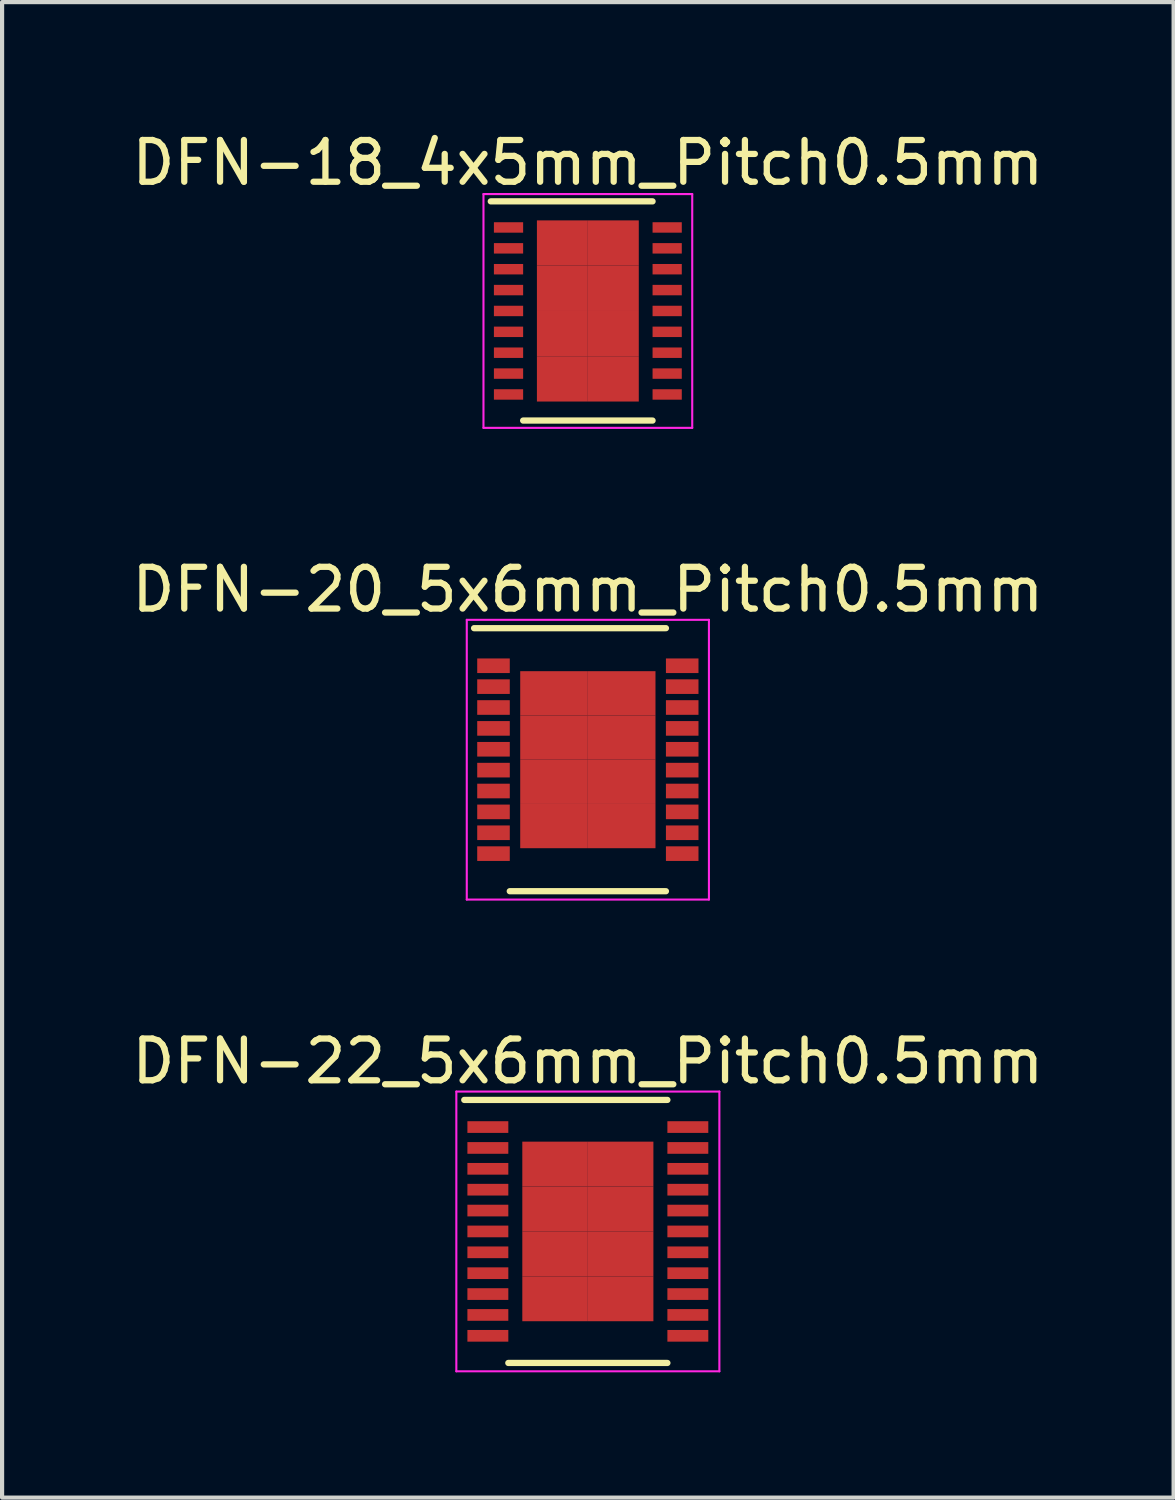
<source format=kicad_pcb>
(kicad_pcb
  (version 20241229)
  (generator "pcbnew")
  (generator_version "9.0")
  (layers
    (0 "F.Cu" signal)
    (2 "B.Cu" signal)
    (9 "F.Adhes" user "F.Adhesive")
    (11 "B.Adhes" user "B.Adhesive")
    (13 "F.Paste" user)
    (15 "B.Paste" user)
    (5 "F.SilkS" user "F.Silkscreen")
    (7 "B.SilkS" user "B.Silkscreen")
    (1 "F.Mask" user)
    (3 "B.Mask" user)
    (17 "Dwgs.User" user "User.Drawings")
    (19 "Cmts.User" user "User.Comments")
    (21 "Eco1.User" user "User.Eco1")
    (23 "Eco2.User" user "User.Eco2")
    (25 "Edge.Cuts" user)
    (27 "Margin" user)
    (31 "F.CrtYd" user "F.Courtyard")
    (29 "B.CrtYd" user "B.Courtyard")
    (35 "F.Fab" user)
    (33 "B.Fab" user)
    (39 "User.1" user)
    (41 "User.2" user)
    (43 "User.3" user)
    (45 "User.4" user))
  (footprint "DFN-20_5x6mm_Pitch0.5mm"
    (layer "F.Cu")
    (at 11.03 15.146)
    (property "Reference" "DFN-20_5x6mm_Pitch0.5mm" (at 0 -4.075 0) (layer "F.SilkS") (effects (font (size 1 1) (thickness 0.15))))
    (attr smd)
    (fp_line (start -2.725 -3.15) (end 1.87 -3.15) (stroke (width 0.15) (type solid)) (layer "F.SilkS"))
    (fp_line (start -1.87 3.15) (end 1.87 3.15) (stroke (width 0.15) (type solid)) (layer "F.SilkS"))
    (fp_line (start -2.9 -3.35) (end -2.9 3.35) (stroke (width 0.05) (type solid)) (layer "F.CrtYd"))
    (fp_line (start -2.9 -3.35) (end 2.9 -3.35) (stroke (width 0.05) (type solid)) (layer "F.CrtYd"))
    (fp_line (start -2.9 3.35) (end 2.9 3.35) (stroke (width 0.05) (type solid)) (layer "F.CrtYd"))
    (fp_line (start 2.9 -3.35) (end 2.9 3.35) (stroke (width 0.05) (type solid)) (layer "F.CrtYd"))
    (pad "1" smd rect (at -2.26 -2.25) (size 0.78 0.35) (layers "F.Cu" "F.Mask" "F.Paste"))
    (pad "2" smd rect (at -2.26 -1.75) (size 0.78 0.35) (layers "F.Cu" "F.Mask" "F.Paste"))
    (pad "3" smd rect (at -2.26 -1.25) (size 0.78 0.35) (layers "F.Cu" "F.Mask" "F.Paste"))
    (pad "4" smd rect (at -2.26 -0.75) (size 0.78 0.35) (layers "F.Cu" "F.Mask" "F.Paste"))
    (pad "5" smd rect (at -2.26 -0.25) (size 0.78 0.35) (layers "F.Cu" "F.Mask" "F.Paste"))
    (pad "6" smd rect (at -2.26 0.25) (size 0.78 0.35) (layers "F.Cu" "F.Mask" "F.Paste"))
    (pad "7" smd rect (at -2.26 0.75) (size 0.78 0.35) (layers "F.Cu" "F.Mask" "F.Paste"))
    (pad "8" smd rect (at -2.26 1.25) (size 0.78 0.35) (layers "F.Cu" "F.Mask" "F.Paste"))
    (pad "9" smd rect (at -2.26 1.75) (size 0.78 0.35) (layers "F.Cu" "F.Mask" "F.Paste"))
    (pad "10" smd rect (at -2.26 2.25) (size 0.78 0.35) (layers "F.Cu" "F.Mask" "F.Paste"))
    (pad "11" smd rect (at 2.26 2.25) (size 0.78 0.35) (layers "F.Cu" "F.Mask" "F.Paste"))
    (pad "12" smd rect (at 2.26 1.75) (size 0.78 0.35) (layers "F.Cu" "F.Mask" "F.Paste"))
    (pad "13" smd rect (at 2.26 1.25) (size 0.78 0.35) (layers "F.Cu" "F.Mask" "F.Paste"))
    (pad "14" smd rect (at 2.26 0.75) (size 0.78 0.35) (layers "F.Cu" "F.Mask" "F.Paste"))
    (pad "15" smd rect (at 2.26 0.25) (size 0.78 0.35) (layers "F.Cu" "F.Mask" "F.Paste"))
    (pad "16" smd rect (at 2.26 -0.25) (size 0.78 0.35) (layers "F.Cu" "F.Mask" "F.Paste"))
    (pad "17" smd rect (at 2.26 -0.75) (size 0.78 0.35) (layers "F.Cu" "F.Mask" "F.Paste"))
    (pad "18" smd rect (at 2.26 -1.25) (size 0.78 0.35) (layers "F.Cu" "F.Mask" "F.Paste"))
    (pad "19" smd rect (at 2.26 -1.75) (size 0.78 0.35) (layers "F.Cu" "F.Mask" "F.Paste"))
    (pad "20" smd rect (at 2.26 -2.25) (size 0.78 0.35) (layers "F.Cu" "F.Mask" "F.Paste"))
    (pad "21" smd rect (at -0.81 -1.59) (size 1.62 1.06) (layers "F.Cu" "F.Mask" "F.Paste"))
    (pad "21" smd rect (at -0.81 -0.53) (size 1.62 1.06) (layers "F.Cu" "F.Mask" "F.Paste"))
    (pad "21" smd rect (at -0.81 0.53) (size 1.62 1.06) (layers "F.Cu" "F.Mask" "F.Paste"))
    (pad "21" smd rect (at -0.81 1.59) (size 1.62 1.06) (layers "F.Cu" "F.Mask" "F.Paste"))
    (pad "21" smd rect (at 0.81 -1.59) (size 1.62 1.06) (layers "F.Cu" "F.Mask" "F.Paste"))
    (pad "21" smd rect (at 0.81 -0.53) (size 1.62 1.06) (layers "F.Cu" "F.Mask" "F.Paste"))
    (pad "21" smd rect (at 0.81 0.53) (size 1.62 1.06) (layers "F.Cu" "F.Mask" "F.Paste"))
    (pad "21" smd rect (at 0.81 1.59) (size 1.62 1.06) (layers "F.Cu" "F.Mask" "F.Paste")))
  (footprint "DFN-18_4x5mm_Pitch0.5mm"
    (layer "F.Cu")
    (at 11.03 4.398)
    (property "Reference" "DFN-18_4x5mm_Pitch0.5mm" (at 0 -3.55 0) (layer "F.SilkS") (effects (font (size 1 1) (thickness 0.15))))
    (attr smd)
    (fp_line (start -2.325 -2.625) (end 1.55 -2.625) (stroke (width 0.15) (type solid)) (layer "F.SilkS"))
    (fp_line (start -1.55 2.625) (end 1.55 2.625) (stroke (width 0.15) (type solid)) (layer "F.SilkS"))
    (fp_line (start -2.5 -2.8) (end -2.5 2.8) (stroke (width 0.05) (type solid)) (layer "F.CrtYd"))
    (fp_line (start -2.5 -2.8) (end 2.5 -2.8) (stroke (width 0.05) (type solid)) (layer "F.CrtYd"))
    (fp_line (start -2.5 2.8) (end 2.5 2.8) (stroke (width 0.05) (type solid)) (layer "F.CrtYd"))
    (fp_line (start 2.5 -2.8) (end 2.5 2.8) (stroke (width 0.05) (type solid)) (layer "F.CrtYd"))
    (pad "1" smd rect (at -1.9 -2) (size 0.7 0.25) (layers "F.Cu" "F.Mask" "F.Paste"))
    (pad "2" smd rect (at -1.9 -1.5) (size 0.7 0.25) (layers "F.Cu" "F.Mask" "F.Paste"))
    (pad "3" smd rect (at -1.9 -1) (size 0.7 0.25) (layers "F.Cu" "F.Mask" "F.Paste"))
    (pad "4" smd rect (at -1.9 -0.5) (size 0.7 0.25) (layers "F.Cu" "F.Mask" "F.Paste"))
    (pad "5" smd rect (at -1.9 0) (size 0.7 0.25) (layers "F.Cu" "F.Mask" "F.Paste"))
    (pad "6" smd rect (at -1.9 0.5) (size 0.7 0.25) (layers "F.Cu" "F.Mask" "F.Paste"))
    (pad "7" smd rect (at -1.9 1) (size 0.7 0.25) (layers "F.Cu" "F.Mask" "F.Paste"))
    (pad "8" smd rect (at -1.9 1.5) (size 0.7 0.25) (layers "F.Cu" "F.Mask" "F.Paste"))
    (pad "9" smd rect (at -1.9 2) (size 0.7 0.25) (layers "F.Cu" "F.Mask" "F.Paste"))
    (pad "10" smd rect (at 1.9 2) (size 0.7 0.25) (layers "F.Cu" "F.Mask" "F.Paste"))
    (pad "11" smd rect (at 1.9 1.5) (size 0.7 0.25) (layers "F.Cu" "F.Mask" "F.Paste"))
    (pad "12" smd rect (at 1.9 1) (size 0.7 0.25) (layers "F.Cu" "F.Mask" "F.Paste"))
    (pad "13" smd rect (at 1.9 0.5) (size 0.7 0.25) (layers "F.Cu" "F.Mask" "F.Paste"))
    (pad "14" smd rect (at 1.9 0) (size 0.7 0.25) (layers "F.Cu" "F.Mask" "F.Paste"))
    (pad "15" smd rect (at 1.9 -0.5) (size 0.7 0.25) (layers "F.Cu" "F.Mask" "F.Paste"))
    (pad "16" smd rect (at 1.9 -1) (size 0.7 0.25) (layers "F.Cu" "F.Mask" "F.Paste"))
    (pad "17" smd rect (at 1.9 -1.5) (size 0.7 0.25) (layers "F.Cu" "F.Mask" "F.Paste"))
    (pad "18" smd rect (at 1.9 -2) (size 0.7 0.25) (layers "F.Cu" "F.Mask" "F.Paste"))
    (pad "19" smd rect (at -0.61 -1.627) (size 1.22 1.085) (layers "F.Cu" "F.Mask" "F.Paste"))
    (pad "19" smd rect (at -0.61 -0.542) (size 1.22 1.085) (layers "F.Cu" "F.Mask" "F.Paste"))
    (pad "19" smd rect (at -0.61 0.542) (size 1.22 1.085) (layers "F.Cu" "F.Mask" "F.Paste"))
    (pad "19" smd rect (at -0.61 1.627) (size 1.22 1.085) (layers "F.Cu" "F.Mask" "F.Paste"))
    (pad "19" smd rect (at 0.61 -1.627) (size 1.22 1.085) (layers "F.Cu" "F.Mask" "F.Paste"))
    (pad "19" smd rect (at 0.61 -0.542) (size 1.22 1.085) (layers "F.Cu" "F.Mask" "F.Paste"))
    (pad "19" smd rect (at 0.61 0.542) (size 1.22 1.085) (layers "F.Cu" "F.Mask" "F.Paste"))
    (pad "19" smd rect (at 0.61 1.627) (size 1.22 1.085) (layers "F.Cu" "F.Mask" "F.Paste")))
  (footprint "DFN-22_5x6mm_Pitch0.5mm"
    (layer "F.Cu")
    (at 11.03 26.445)
    (property "Reference" "DFN-22_5x6mm_Pitch0.5mm" (at 0 -4.075 0) (layer "F.SilkS") (effects (font (size 1 1) (thickness 0.15))))
    (attr smd)
    (fp_line (start -2.96 -3.15) (end 1.905 -3.15) (stroke (width 0.15) (type solid)) (layer "F.SilkS"))
    (fp_line (start -1.905 3.15) (end 1.905 3.15) (stroke (width 0.15) (type solid)) (layer "F.SilkS"))
    (fp_line (start -3.15 -3.35) (end -3.15 3.35) (stroke (width 0.05) (type solid)) (layer "F.CrtYd"))
    (fp_line (start -3.15 -3.35) (end 3.15 -3.35) (stroke (width 0.05) (type solid)) (layer "F.CrtYd"))
    (fp_line (start -3.15 3.35) (end 3.15 3.35) (stroke (width 0.05) (type solid)) (layer "F.CrtYd"))
    (fp_line (start 3.15 -3.35) (end 3.15 3.35) (stroke (width 0.05) (type solid)) (layer "F.CrtYd"))
    (pad "1" smd rect (at -2.395 -2.5) (size 0.98 0.28) (layers "F.Cu" "F.Mask" "F.Paste"))
    (pad "2" smd rect (at -2.395 -2) (size 0.98 0.28) (layers "F.Cu" "F.Mask" "F.Paste"))
    (pad "3" smd rect (at -2.395 -1.5) (size 0.98 0.28) (layers "F.Cu" "F.Mask" "F.Paste"))
    (pad "4" smd rect (at -2.395 -1) (size 0.98 0.28) (layers "F.Cu" "F.Mask" "F.Paste"))
    (pad "5" smd rect (at -2.395 -0.5) (size 0.98 0.28) (layers "F.Cu" "F.Mask" "F.Paste"))
    (pad "6" smd rect (at -2.395 0) (size 0.98 0.28) (layers "F.Cu" "F.Mask" "F.Paste"))
    (pad "7" smd rect (at -2.395 0.5) (size 0.98 0.28) (layers "F.Cu" "F.Mask" "F.Paste"))
    (pad "8" smd rect (at -2.395 1) (size 0.98 0.28) (layers "F.Cu" "F.Mask" "F.Paste"))
    (pad "9" smd rect (at -2.395 1.5) (size 0.98 0.28) (layers "F.Cu" "F.Mask" "F.Paste"))
    (pad "10" smd rect (at -2.395 2) (size 0.98 0.28) (layers "F.Cu" "F.Mask" "F.Paste"))
    (pad "11" smd rect (at -2.395 2.5) (size 0.98 0.28) (layers "F.Cu" "F.Mask" "F.Paste"))
    (pad "12" smd rect (at 2.395 2.5) (size 0.98 0.28) (layers "F.Cu" "F.Mask" "F.Paste"))
    (pad "13" smd rect (at 2.395 2) (size 0.98 0.28) (layers "F.Cu" "F.Mask" "F.Paste"))
    (pad "14" smd rect (at 2.395 1.5) (size 0.98 0.28) (layers "F.Cu" "F.Mask" "F.Paste"))
    (pad "15" smd rect (at 2.395 1) (size 0.98 0.28) (layers "F.Cu" "F.Mask" "F.Paste"))
    (pad "16" smd rect (at 2.395 0.5) (size 0.98 0.28) (layers "F.Cu" "F.Mask" "F.Paste"))
    (pad "17" smd rect (at 2.395 0) (size 0.98 0.28) (layers "F.Cu" "F.Mask" "F.Paste"))
    (pad "18" smd rect (at 2.395 -0.5) (size 0.98 0.28) (layers "F.Cu" "F.Mask" "F.Paste"))
    (pad "19" smd rect (at 2.395 -1) (size 0.98 0.28) (layers "F.Cu" "F.Mask" "F.Paste"))
    (pad "20" smd rect (at 2.395 -1.5) (size 0.98 0.28) (layers "F.Cu" "F.Mask" "F.Paste"))
    (pad "21" smd rect (at 2.395 -2) (size 0.98 0.28) (layers "F.Cu" "F.Mask" "F.Paste"))
    (pad "22" smd rect (at 2.395 -2.5) (size 0.98 0.28) (layers "F.Cu" "F.Mask" "F.Paste"))
    (pad "23" smd rect (at -0.785 -1.613) (size 1.57 1.075) (layers "F.Cu" "F.Mask" "F.Paste"))
    (pad "23" smd rect (at -0.785 -0.537) (size 1.57 1.075) (layers "F.Cu" "F.Mask" "F.Paste"))
    (pad "23" smd rect (at -0.785 0.537) (size 1.57 1.075) (layers "F.Cu" "F.Mask" "F.Paste"))
    (pad "23" smd rect (at -0.785 1.613) (size 1.57 1.075) (layers "F.Cu" "F.Mask" "F.Paste"))
    (pad "23" smd rect (at 0.785 -1.613) (size 1.57 1.075) (layers "F.Cu" "F.Mask" "F.Paste"))
    (pad "23" smd rect (at 0.785 -0.537) (size 1.57 1.075) (layers "F.Cu" "F.Mask" "F.Paste"))
    (pad "23" smd rect (at 0.785 0.537) (size 1.57 1.075) (layers "F.Cu" "F.Mask" "F.Paste"))
    (pad "23" smd rect (at 0.785 1.613) (size 1.57 1.075) (layers "F.Cu" "F.Mask" "F.Paste")))
  (gr_rect
    (start -3 -3)
    (end 25.06 32.82)
    (stroke (width 0.1) (type default))
    (fill no)
    (layer "Edge.Cuts")))
</source>
